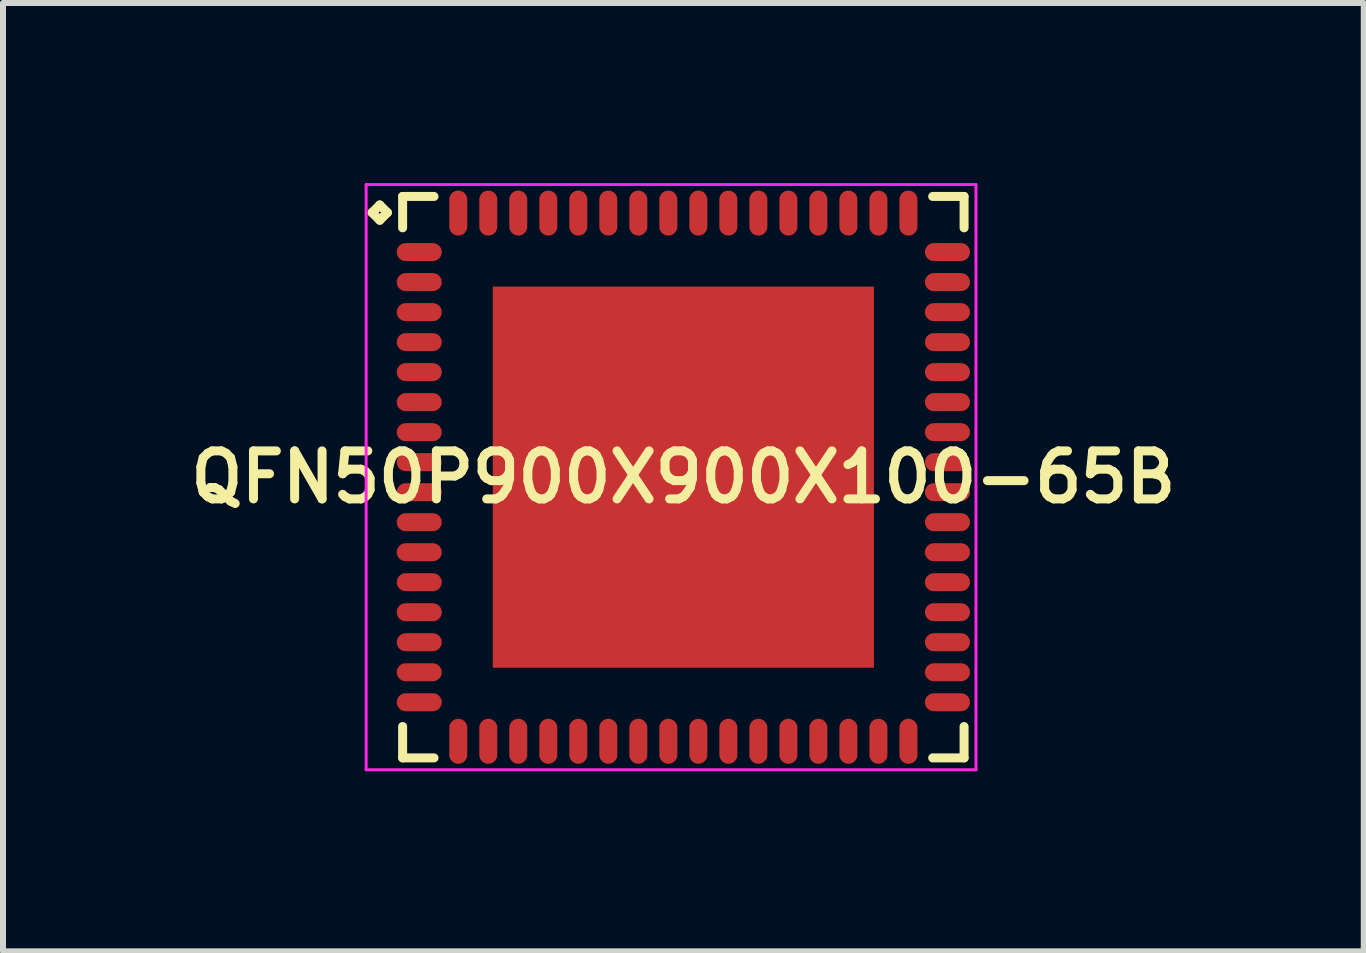
<source format=kicad_pcb>
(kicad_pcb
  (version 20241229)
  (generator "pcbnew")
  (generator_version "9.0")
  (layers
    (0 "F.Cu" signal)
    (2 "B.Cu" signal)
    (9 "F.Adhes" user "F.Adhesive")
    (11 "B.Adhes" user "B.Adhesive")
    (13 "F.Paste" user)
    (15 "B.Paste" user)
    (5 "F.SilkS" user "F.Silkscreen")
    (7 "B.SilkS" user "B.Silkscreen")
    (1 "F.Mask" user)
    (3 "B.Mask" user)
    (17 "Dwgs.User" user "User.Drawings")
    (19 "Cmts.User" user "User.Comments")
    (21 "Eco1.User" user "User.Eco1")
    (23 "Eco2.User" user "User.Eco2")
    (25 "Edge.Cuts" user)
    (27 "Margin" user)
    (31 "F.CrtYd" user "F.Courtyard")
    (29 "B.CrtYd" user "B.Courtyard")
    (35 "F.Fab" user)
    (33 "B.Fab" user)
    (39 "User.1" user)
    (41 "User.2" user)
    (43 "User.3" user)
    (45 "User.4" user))
  (footprint "QFN50P900X900X100-65B"
    (layer "F.Cu")
    (at 8.335 4.9)
    (property "Reference" "QFN50P900X900X100-65B" (at 0 0 0) (layer "F.SilkS") (effects (font (size 0.8 0.8) (thickness 0.15))))
    (attr smd)
    (fp_line (start -5.185 -4.408) (end -5.058 -4.535) (stroke (width 0.15) (type solid)) (layer "F.SilkS"))
    (fp_line (start -5.058 -4.535) (end -4.931 -4.408) (stroke (width 0.15) (type solid)) (layer "F.SilkS"))
    (fp_line (start -5.058 -4.281) (end -5.185 -4.408) (stroke (width 0.15) (type solid)) (layer "F.SilkS"))
    (fp_line (start -4.931 -4.408) (end -5.058 -4.281) (stroke (width 0.15) (type solid)) (layer "F.SilkS"))
    (fp_line (start -4.677 -4.677) (end -4.154 -4.677) (stroke (width 0.15) (type solid)) (layer "F.SilkS"))
    (fp_line (start -4.677 -4.154) (end -4.677 -4.677) (stroke (width 0.15) (type solid)) (layer "F.SilkS"))
    (fp_line (start -4.677 4.154) (end -4.677 4.677) (stroke (width 0.15) (type solid)) (layer "F.SilkS"))
    (fp_line (start -4.677 4.677) (end -4.154 4.677) (stroke (width 0.15) (type solid)) (layer "F.SilkS"))
    (fp_line (start 4.154 -4.677) (end 4.677 -4.677) (stroke (width 0.15) (type solid)) (layer "F.SilkS"))
    (fp_line (start 4.154 4.677) (end 4.677 4.677) (stroke (width 0.15) (type solid)) (layer "F.SilkS"))
    (fp_line (start 4.677 -4.677) (end 4.677 -4.154) (stroke (width 0.15) (type solid)) (layer "F.SilkS"))
    (fp_line (start 4.677 4.677) (end 4.677 4.154) (stroke (width 0.15) (type solid)) (layer "F.SilkS"))
    (fp_line (start -5.285 -4.875) (end 4.875 -4.875) (stroke (width 0.05) (type solid)) (layer "F.CrtYd"))
    (fp_line (start -5.285 4.875) (end -5.285 -4.875) (stroke (width 0.05) (type solid)) (layer "F.CrtYd"))
    (fp_line (start 4.875 -4.875) (end 4.875 4.875) (stroke (width 0.05) (type solid)) (layer "F.CrtYd"))
    (fp_line (start 4.875 4.875) (end -5.285 4.875) (stroke (width 0.05) (type solid)) (layer "F.CrtYd"))
    (pad "1" smd oval (at -4.4 -3.75) (size 0.75 0.3) (layers "F.Cu" "F.Mask" "F.Paste"))
    (pad "2" smd oval (at -4.4 -3.25) (size 0.75 0.3) (layers "F.Cu" "F.Mask" "F.Paste"))
    (pad "3" smd oval (at -4.4 -2.75) (size 0.75 0.3) (layers "F.Cu" "F.Mask" "F.Paste"))
    (pad "4" smd oval (at -4.4 -2.25) (size 0.75 0.3) (layers "F.Cu" "F.Mask" "F.Paste"))
    (pad "5" smd oval (at -4.4 -1.75) (size 0.75 0.3) (layers "F.Cu" "F.Mask" "F.Paste"))
    (pad "6" smd oval (at -4.4 -1.25) (size 0.75 0.3) (layers "F.Cu" "F.Mask" "F.Paste"))
    (pad "7" smd oval (at -4.4 -0.75) (size 0.75 0.3) (layers "F.Cu" "F.Mask" "F.Paste"))
    (pad "8" smd oval (at -4.4 -0.25) (size 0.75 0.3) (layers "F.Cu" "F.Mask" "F.Paste"))
    (pad "9" smd oval (at -4.4 0.25) (size 0.75 0.3) (layers "F.Cu" "F.Mask" "F.Paste"))
    (pad "10" smd oval (at -4.4 0.75) (size 0.75 0.3) (layers "F.Cu" "F.Mask" "F.Paste"))
    (pad "11" smd oval (at -4.4 1.25) (size 0.75 0.3) (layers "F.Cu" "F.Mask" "F.Paste"))
    (pad "12" smd oval (at -4.4 1.75) (size 0.75 0.3) (layers "F.Cu" "F.Mask" "F.Paste"))
    (pad "13" smd oval (at -4.4 2.25) (size 0.75 0.3) (layers "F.Cu" "F.Mask" "F.Paste"))
    (pad "14" smd oval (at -4.4 2.75) (size 0.75 0.3) (layers "F.Cu" "F.Mask" "F.Paste"))
    (pad "15" smd oval (at -4.4 3.25) (size 0.75 0.3) (layers "F.Cu" "F.Mask" "F.Paste"))
    (pad "16" smd oval (at -4.4 3.75) (size 0.75 0.3) (layers "F.Cu" "F.Mask" "F.Paste"))
    (pad "17" smd oval (at -3.75 4.4) (size 0.3 0.75) (layers "F.Cu" "F.Mask" "F.Paste"))
    (pad "18" smd oval (at -3.25 4.4) (size 0.3 0.75) (layers "F.Cu" "F.Mask" "F.Paste"))
    (pad "19" smd oval (at -2.75 4.4) (size 0.3 0.75) (layers "F.Cu" "F.Mask" "F.Paste"))
    (pad "20" smd oval (at -2.25 4.4) (size 0.3 0.75) (layers "F.Cu" "F.Mask" "F.Paste"))
    (pad "21" smd oval (at -1.75 4.4) (size 0.3 0.75) (layers "F.Cu" "F.Mask" "F.Paste"))
    (pad "22" smd oval (at -1.25 4.4) (size 0.3 0.75) (layers "F.Cu" "F.Mask" "F.Paste"))
    (pad "23" smd oval (at -0.75 4.4) (size 0.3 0.75) (layers "F.Cu" "F.Mask" "F.Paste"))
    (pad "24" smd oval (at -0.25 4.4) (size 0.3 0.75) (layers "F.Cu" "F.Mask" "F.Paste"))
    (pad "25" smd oval (at 0.25 4.4) (size 0.3 0.75) (layers "F.Cu" "F.Mask" "F.Paste"))
    (pad "26" smd oval (at 0.75 4.4) (size 0.3 0.75) (layers "F.Cu" "F.Mask" "F.Paste"))
    (pad "27" smd oval (at 1.25 4.4) (size 0.3 0.75) (layers "F.Cu" "F.Mask" "F.Paste"))
    (pad "28" smd oval (at 1.75 4.4) (size 0.3 0.75) (layers "F.Cu" "F.Mask" "F.Paste"))
    (pad "29" smd oval (at 2.25 4.4) (size 0.3 0.75) (layers "F.Cu" "F.Mask" "F.Paste"))
    (pad "30" smd oval (at 2.75 4.4) (size 0.3 0.75) (layers "F.Cu" "F.Mask" "F.Paste"))
    (pad "31" smd oval (at 3.25 4.4) (size 0.3 0.75) (layers "F.Cu" "F.Mask" "F.Paste"))
    (pad "32" smd oval (at 3.75 4.4) (size 0.3 0.75) (layers "F.Cu" "F.Mask" "F.Paste"))
    (pad "33" smd oval (at 4.4 3.75) (size 0.75 0.3) (layers "F.Cu" "F.Mask" "F.Paste"))
    (pad "34" smd oval (at 4.4 3.25) (size 0.75 0.3) (layers "F.Cu" "F.Mask" "F.Paste"))
    (pad "35" smd oval (at 4.4 2.75) (size 0.75 0.3) (layers "F.Cu" "F.Mask" "F.Paste"))
    (pad "36" smd oval (at 4.4 2.25) (size 0.75 0.3) (layers "F.Cu" "F.Mask" "F.Paste"))
    (pad "37" smd oval (at 4.4 1.75) (size 0.75 0.3) (layers "F.Cu" "F.Mask" "F.Paste"))
    (pad "38" smd oval (at 4.4 1.25) (size 0.75 0.3) (layers "F.Cu" "F.Mask" "F.Paste"))
    (pad "39" smd oval (at 4.4 0.75) (size 0.75 0.3) (layers "F.Cu" "F.Mask" "F.Paste"))
    (pad "40" smd oval (at 4.4 0.25) (size 0.75 0.3) (layers "F.Cu" "F.Mask" "F.Paste"))
    (pad "41" smd oval (at 4.4 -0.25) (size 0.75 0.3) (layers "F.Cu" "F.Mask" "F.Paste"))
    (pad "42" smd oval (at 4.4 -0.75) (size 0.75 0.3) (layers "F.Cu" "F.Mask" "F.Paste"))
    (pad "43" smd oval (at 4.4 -1.25) (size 0.75 0.3) (layers "F.Cu" "F.Mask" "F.Paste"))
    (pad "44" smd oval (at 4.4 -1.75) (size 0.75 0.3) (layers "F.Cu" "F.Mask" "F.Paste"))
    (pad "45" smd oval (at 4.4 -2.25) (size 0.75 0.3) (layers "F.Cu" "F.Mask" "F.Paste"))
    (pad "46" smd oval (at 4.4 -2.75) (size 0.75 0.3) (layers "F.Cu" "F.Mask" "F.Paste"))
    (pad "47" smd oval (at 4.4 -3.25) (size 0.75 0.3) (layers "F.Cu" "F.Mask" "F.Paste"))
    (pad "48" smd oval (at 4.4 -3.75) (size 0.75 0.3) (layers "F.Cu" "F.Mask" "F.Paste"))
    (pad "49" smd oval (at 3.75 -4.4) (size 0.3 0.75) (layers "F.Cu" "F.Mask" "F.Paste"))
    (pad "50" smd oval (at 3.25 -4.4) (size 0.3 0.75) (layers "F.Cu" "F.Mask" "F.Paste"))
    (pad "51" smd oval (at 2.75 -4.4) (size 0.3 0.75) (layers "F.Cu" "F.Mask" "F.Paste"))
    (pad "52" smd oval (at 2.25 -4.4) (size 0.3 0.75) (layers "F.Cu" "F.Mask" "F.Paste"))
    (pad "53" smd oval (at 1.75 -4.4) (size 0.3 0.75) (layers "F.Cu" "F.Mask" "F.Paste"))
    (pad "54" smd oval (at 1.25 -4.4) (size 0.3 0.75) (layers "F.Cu" "F.Mask" "F.Paste"))
    (pad "55" smd oval (at 0.75 -4.4) (size 0.3 0.75) (layers "F.Cu" "F.Mask" "F.Paste"))
    (pad "56" smd oval (at 0.25 -4.4) (size 0.3 0.75) (layers "F.Cu" "F.Mask" "F.Paste"))
    (pad "57" smd oval (at -0.25 -4.4) (size 0.3 0.75) (layers "F.Cu" "F.Mask" "F.Paste"))
    (pad "58" smd oval (at -0.75 -4.4) (size 0.3 0.75) (layers "F.Cu" "F.Mask" "F.Paste"))
    (pad "59" smd oval (at -1.25 -4.4) (size 0.3 0.75) (layers "F.Cu" "F.Mask" "F.Paste"))
    (pad "60" smd oval (at -1.75 -4.4) (size 0.3 0.75) (layers "F.Cu" "F.Mask" "F.Paste"))
    (pad "61" smd oval (at -2.25 -4.4) (size 0.3 0.75) (layers "F.Cu" "F.Mask" "F.Paste"))
    (pad "62" smd oval (at -2.75 -4.4) (size 0.3 0.75) (layers "F.Cu" "F.Mask" "F.Paste"))
    (pad "63" smd oval (at -3.25 -4.4) (size 0.3 0.75) (layers "F.Cu" "F.Mask" "F.Paste"))
    (pad "64" smd oval (at -3.75 -4.4) (size 0.3 0.75) (layers "F.Cu" "F.Mask" "F.Paste"))
    (pad "65" smd rect (at 0 0) (size 6.35 6.35) (layers "F.Cu" "F.Mask" "F.Paste")))
  (gr_rect
    (start -3 -3)
    (end 19.671 12.8)
    (stroke (width 0.1) (type default))
    (fill no)
    (layer "Edge.Cuts")))
</source>
